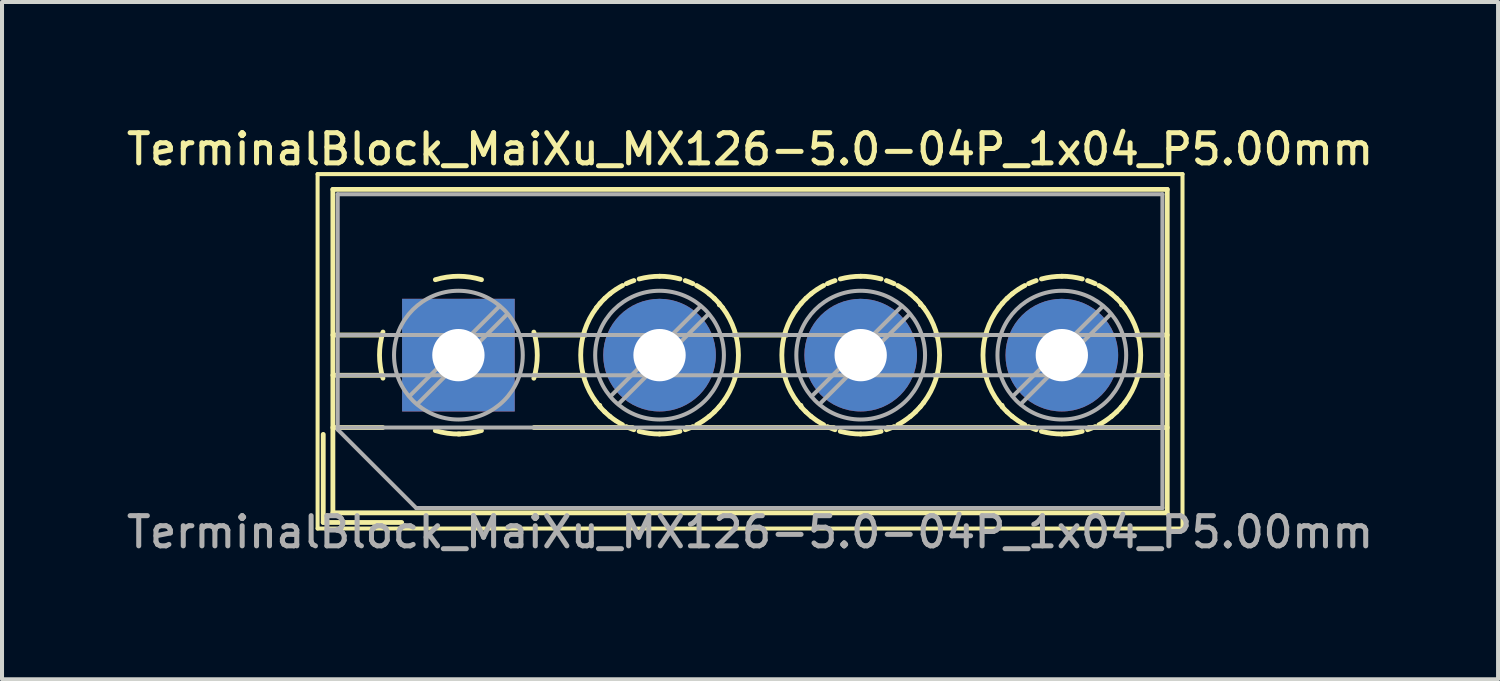
<source format=kicad_pcb>
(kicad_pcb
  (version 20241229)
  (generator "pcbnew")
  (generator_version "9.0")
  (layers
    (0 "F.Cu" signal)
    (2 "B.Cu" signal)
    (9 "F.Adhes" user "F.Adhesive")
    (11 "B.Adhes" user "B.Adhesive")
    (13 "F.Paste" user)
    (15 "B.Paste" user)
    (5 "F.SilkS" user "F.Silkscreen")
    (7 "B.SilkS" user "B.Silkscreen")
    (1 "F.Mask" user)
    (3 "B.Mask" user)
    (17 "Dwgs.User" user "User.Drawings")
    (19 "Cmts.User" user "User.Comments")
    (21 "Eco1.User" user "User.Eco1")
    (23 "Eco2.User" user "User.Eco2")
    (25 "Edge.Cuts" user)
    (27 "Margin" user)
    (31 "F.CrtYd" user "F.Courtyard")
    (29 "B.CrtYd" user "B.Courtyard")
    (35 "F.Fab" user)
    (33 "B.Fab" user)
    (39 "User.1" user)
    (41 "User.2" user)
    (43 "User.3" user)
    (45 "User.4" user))
  (footprint "TerminalBlock_MaiXu_MX126-5.0-04P_1x04_P5.00mm"
    (layer "F.Cu")
    (at 8.345 5.778)
    (property "Reference" "TerminalBlock_MaiXu_MX126-5.0-04P_1x04_P5.00mm" (at 7.25 -5.12 0) (layer "F.SilkS") (effects (font (size 0.75 0.75) (thickness 0.125))))
    (attr through_hole)
    (fp_line (start -3.5 -4.5) (end -3.5 4.31) (stroke (width 0.1) (type solid)) (layer "F.SilkS"))
    (fp_line (start -3.5 4.31) (end 18 4.31) (stroke (width 0.1) (type solid)) (layer "F.SilkS"))
    (fp_line (start -3.36 1.97) (end -3.36 4.16) (stroke (width 0.12) (type solid)) (layer "F.SilkS"))
    (fp_line (start -3.36 4.16) (end -1.41 4.16) (stroke (width 0.12) (type solid)) (layer "F.SilkS"))
    (fp_line (start -3.12 -4.12) (end -3.12 3.92) (stroke (width 0.12) (type solid)) (layer "F.SilkS"))
    (fp_line (start -3.12 -4.12) (end 17.62 -4.12) (stroke (width 0.12) (type solid)) (layer "F.SilkS"))
    (fp_line (start -3.12 -0.5) (end -1.88 -0.5) (stroke (width 0.12) (type solid)) (layer "F.SilkS"))
    (fp_line (start -3.12 0.5) (end -1.88 0.5) (stroke (width 0.12) (type solid)) (layer "F.SilkS"))
    (fp_line (start -3.12 1.8) (end -1.88 1.8) (stroke (width 0.12) (type solid)) (layer "F.SilkS"))
    (fp_line (start -3.12 3.92) (end 17.62 3.92) (stroke (width 0.12) (type solid)) (layer "F.SilkS"))
    (fp_line (start 1.88 -0.5) (end 3.165 -0.5) (stroke (width 0.12) (type solid)) (layer "F.SilkS"))
    (fp_line (start 1.88 0.5) (end 3.165 0.5) (stroke (width 0.12) (type solid)) (layer "F.SilkS"))
    (fp_line (start 1.88 1.8) (end 4.331 1.8) (stroke (width 0.12) (type solid)) (layer "F.SilkS"))
    (fp_line (start 3.514 1.248) (end 3.514 1.248) (stroke (width 0.12) (type solid)) (layer "F.SilkS"))
    (fp_line (start 5.67 1.8) (end 9.331 1.8) (stroke (width 0.12) (type solid)) (layer "F.SilkS"))
    (fp_line (start 6.487 -1.248) (end 6.487 -1.248) (stroke (width 0.12) (type solid)) (layer "F.SilkS"))
    (fp_line (start 6.836 -0.5) (end 8.165 -0.5) (stroke (width 0.12) (type solid)) (layer "F.SilkS"))
    (fp_line (start 6.836 0.5) (end 8.165 0.5) (stroke (width 0.12) (type solid)) (layer "F.SilkS"))
    (fp_line (start 8.514 1.248) (end 8.514 1.248) (stroke (width 0.12) (type solid)) (layer "F.SilkS"))
    (fp_line (start 10.67 1.8) (end 14.331 1.8) (stroke (width 0.12) (type solid)) (layer "F.SilkS"))
    (fp_line (start 11.487 -1.248) (end 11.487 -1.248) (stroke (width 0.12) (type solid)) (layer "F.SilkS"))
    (fp_line (start 11.836 -0.5) (end 13.165 -0.5) (stroke (width 0.12) (type solid)) (layer "F.SilkS"))
    (fp_line (start 11.836 0.5) (end 13.165 0.5) (stroke (width 0.12) (type solid)) (layer "F.SilkS"))
    (fp_line (start 13.514 1.248) (end 13.514 1.248) (stroke (width 0.12) (type solid)) (layer "F.SilkS"))
    (fp_line (start 15.67 1.8) (end 17.62 1.8) (stroke (width 0.12) (type solid)) (layer "F.SilkS"))
    (fp_line (start 16.487 -1.248) (end 16.487 -1.248) (stroke (width 0.12) (type solid)) (layer "F.SilkS"))
    (fp_line (start 16.836 -0.5) (end 17.62 -0.5) (stroke (width 0.12) (type solid)) (layer "F.SilkS"))
    (fp_line (start 16.836 0.5) (end 17.62 0.5) (stroke (width 0.12) (type solid)) (layer "F.SilkS"))
    (fp_line (start 17.62 -4.12) (end 17.62 3.92) (stroke (width 0.12) (type solid)) (layer "F.SilkS"))
    (fp_line (start 18 -4.5) (end -3.5 -4.5) (stroke (width 0.1) (type solid)) (layer "F.SilkS"))
    (fp_line (start 18 4.31) (end 18 -4.5) (stroke (width 0.1) (type solid)) (layer "F.SilkS"))
    (fp_arc (start -1.875422 0.572619) (mid -1.960893 -0.000722) (end -1.875 -0.574) (stroke (width 0.12) (type solid)) (layer "F.SilkS"))
    (fp_arc (start -0.572619 -1.875422) (mid 0.000722 -1.960893) (end 0.574 -1.875) (stroke (width 0.12) (type solid)) (layer "F.SilkS"))
    (fp_arc (start 0.0335 1.960607) (mid -0.273618 1.941709) (end -0.574 1.875) (stroke (width 0.12) (type solid)) (layer "F.SilkS"))
    (fp_arc (start 0.573049 1.874357) (mid 0.289706 1.938471) (end 0 1.96) (stroke (width 0.12) (type solid)) (layer "F.SilkS"))
    (fp_arc (start 1.875422 -0.572619) (mid 1.960893 0.000722) (end 1.875 0.574) (stroke (width 0.12) (type solid)) (layer "F.SilkS"))
    (fp_arc (start 3.434339 1.179122) (mid 3.039994 -0.000549) (end 3.435 -1.18) (stroke (width 0.12) (type solid)) (layer "F.SilkS"))
    (fp_arc (start 3.434826 -1.180695) (mid 3.476985 -1.2346) (end 3.521 -1.287) (stroke (width 0.12) (type solid)) (layer "F.SilkS"))
    (fp_arc (start 3.521125 1.286294) (mid 3.477135 1.233899) (end 3.435 1.18) (stroke (width 0.12) (type solid)) (layer "F.SilkS"))
    (fp_arc (start 3.521202 -1.287012) (mid 3.578748 -1.350291) (end 3.639 -1.411) (stroke (width 0.12) (type solid)) (layer "F.SilkS"))
    (fp_arc (start 3.63871 1.41001) (mid 3.578502 1.349289) (end 3.521 1.286) (stroke (width 0.12) (type solid)) (layer "F.SilkS"))
    (fp_arc (start 3.638867 -1.410738) (mid 3.701698 -1.468767) (end 3.767 -1.524) (stroke (width 0.12) (type solid)) (layer "F.SilkS"))
    (fp_arc (start 3.767069 1.523253) (mid 3.701799 1.468024) (end 3.639 1.41) (stroke (width 0.12) (type solid)) (layer "F.SilkS"))
    (fp_arc (start 3.767452 -1.524377) (mid 3.835117 -1.576689) (end 3.905 -1.626) (stroke (width 0.12) (type solid)) (layer "F.SilkS"))
    (fp_arc (start 3.904517 1.625664) (mid 3.834649 1.576332) (end 3.767 1.524) (stroke (width 0.12) (type solid)) (layer "F.SilkS"))
    (fp_arc (start 3.93363 -1.644317) (mid 4.00637 -1.689266) (end 4.081 -1.731) (stroke (width 0.12) (type solid)) (layer "F.SilkS"))
    (fp_arc (start 4.080344 1.730739) (mid 4.005726 1.688977) (end 3.933 1.644) (stroke (width 0.12) (type solid)) (layer "F.SilkS"))
    (fp_arc (start 4.172694 -1.777259) (mid 4.266842 -1.818121) (end 4.363 -1.854) (stroke (width 0.12) (type solid)) (layer "F.SilkS"))
    (fp_arc (start 4.362283 1.853815) (mid 4.266136 1.817899) (end 4.172 1.777) (stroke (width 0.12) (type solid)) (layer "F.SilkS"))
    (fp_arc (start 4.493681 -1.893473) (mid 4.74516 -1.943362) (end 5.001 -1.96) (stroke (width 0.12) (type solid)) (layer "F.SilkS"))
    (fp_arc (start 5.000479 1.960685) (mid 4.744554 1.943973) (end 4.493 1.894) (stroke (width 0.12) (type solid)) (layer "F.SilkS"))
    (fp_arc (start 5.000487 -1.960944) (mid 5.256437 -1.944104) (end 5.508 -1.894) (stroke (width 0.12) (type solid)) (layer "F.SilkS"))
    (fp_arc (start 5.507285 1.893215) (mid 5.255831 1.943232) (end 5 1.96) (stroke (width 0.12) (type solid)) (layer "F.SilkS"))
    (fp_arc (start 5.638712 -1.85392) (mid 5.734863 -1.817951) (end 5.829 -1.777) (stroke (width 0.12) (type solid)) (layer "F.SilkS"))
    (fp_arc (start 5.829295 1.77705) (mid 5.735155 1.818016) (end 5.639 1.854) (stroke (width 0.12) (type solid)) (layer "F.SilkS"))
    (fp_arc (start 5.920652 -1.730826) (mid 5.995273 -1.689021) (end 6.068 -1.644) (stroke (width 0.12) (type solid)) (layer "F.SilkS"))
    (fp_arc (start 6.068362 1.644143) (mid 5.995629 1.689179) (end 5.921 1.731) (stroke (width 0.12) (type solid)) (layer "F.SilkS"))
    (fp_arc (start 6.096479 -1.625751) (mid 6.16635 -1.576376) (end 6.234 -1.524) (stroke (width 0.12) (type solid)) (layer "F.SilkS"))
    (fp_arc (start 6.233457 1.523294) (mid 6.165838 1.575647) (end 6.096 1.625) (stroke (width 0.12) (type solid)) (layer "F.SilkS"))
    (fp_arc (start 6.233928 -1.523341) (mid 6.2992 -1.468068) (end 6.362 -1.41) (stroke (width 0.12) (type solid)) (layer "F.SilkS"))
    (fp_arc (start 6.36213 1.410651) (mid 6.299301 1.468723) (end 6.234 1.524) (stroke (width 0.12) (type solid)) (layer "F.SilkS"))
    (fp_arc (start 6.362286 -1.410097) (mid 6.422497 -1.349333) (end 6.48 -1.286) (stroke (width 0.12) (type solid)) (layer "F.SilkS"))
    (fp_arc (start 6.479707 1.285928) (mid 6.422207 1.349248) (end 6.362 1.41) (stroke (width 0.12) (type solid)) (layer "F.SilkS"))
    (fp_arc (start 6.479873 -1.286364) (mid 6.523865 -1.233934) (end 6.566 -1.18) (stroke (width 0.12) (type solid)) (layer "F.SilkS"))
    (fp_arc (start 6.565937 -1.180084) (mid 6.960805 -0.000052) (end 6.566 1.18) (stroke (width 0.12) (type solid)) (layer "F.SilkS"))
    (fp_arc (start 6.566102 1.179628) (mid 6.523979 1.233565) (end 6.48 1.286) (stroke (width 0.12) (type solid)) (layer "F.SilkS"))
    (fp_arc (start 8.434339 1.179122) (mid 8.039994 -0.000549) (end 8.435 -1.18) (stroke (width 0.12) (type solid)) (layer "F.SilkS"))
    (fp_arc (start 8.434826 -1.180695) (mid 8.476985 -1.2346) (end 8.521 -1.287) (stroke (width 0.12) (type solid)) (layer "F.SilkS"))
    (fp_arc (start 8.521125 1.286294) (mid 8.477135 1.233899) (end 8.435 1.18) (stroke (width 0.12) (type solid)) (layer "F.SilkS"))
    (fp_arc (start 8.521202 -1.287012) (mid 8.578748 -1.350291) (end 8.639 -1.411) (stroke (width 0.12) (type solid)) (layer "F.SilkS"))
    (fp_arc (start 8.63871 1.41001) (mid 8.578502 1.349289) (end 8.521 1.286) (stroke (width 0.12) (type solid)) (layer "F.SilkS"))
    (fp_arc (start 8.638867 -1.410738) (mid 8.701698 -1.468767) (end 8.767 -1.524) (stroke (width 0.12) (type solid)) (layer "F.SilkS"))
    (fp_arc (start 8.767069 1.523253) (mid 8.701799 1.468024) (end 8.639 1.41) (stroke (width 0.12) (type solid)) (layer "F.SilkS"))
    (fp_arc (start 8.767452 -1.524377) (mid 8.835117 -1.576689) (end 8.905 -1.626) (stroke (width 0.12) (type solid)) (layer "F.SilkS"))
    (fp_arc (start 8.904517 1.625664) (mid 8.834649 1.576332) (end 8.767 1.524) (stroke (width 0.12) (type solid)) (layer "F.SilkS"))
    (fp_arc (start 8.93363 -1.644317) (mid 9.00637 -1.689266) (end 9.081 -1.731) (stroke (width 0.12) (type solid)) (layer "F.SilkS"))
    (fp_arc (start 9.080344 1.730739) (mid 9.005726 1.688977) (end 8.933 1.644) (stroke (width 0.12) (type solid)) (layer "F.SilkS"))
    (fp_arc (start 9.172694 -1.777259) (mid 9.266842 -1.818121) (end 9.363 -1.854) (stroke (width 0.12) (type solid)) (layer "F.SilkS"))
    (fp_arc (start 9.362283 1.853815) (mid 9.266136 1.817899) (end 9.172 1.777) (stroke (width 0.12) (type solid)) (layer "F.SilkS"))
    (fp_arc (start 9.493681 -1.893473) (mid 9.74516 -1.943362) (end 10.001 -1.96) (stroke (width 0.12) (type solid)) (layer "F.SilkS"))
    (fp_arc (start 10.000479 1.960685) (mid 9.744554 1.943973) (end 9.493 1.894) (stroke (width 0.12) (type solid)) (layer "F.SilkS"))
    (fp_arc (start 10.000487 -1.960944) (mid 10.256437 -1.944104) (end 10.508 -1.894) (stroke (width 0.12) (type solid)) (layer "F.SilkS"))
    (fp_arc (start 10.507285 1.893215) (mid 10.255831 1.943232) (end 10 1.96) (stroke (width 0.12) (type solid)) (layer "F.SilkS"))
    (fp_arc (start 10.638712 -1.85392) (mid 10.734863 -1.817951) (end 10.829 -1.777) (stroke (width 0.12) (type solid)) (layer "F.SilkS"))
    (fp_arc (start 10.829295 1.77705) (mid 10.735155 1.818016) (end 10.639 1.854) (stroke (width 0.12) (type solid)) (layer "F.SilkS"))
    (fp_arc (start 10.920652 -1.730826) (mid 10.995273 -1.689021) (end 11.068 -1.644) (stroke (width 0.12) (type solid)) (layer "F.SilkS"))
    (fp_arc (start 11.068362 1.644143) (mid 10.995629 1.689179) (end 10.921 1.731) (stroke (width 0.12) (type solid)) (layer "F.SilkS"))
    (fp_arc (start 11.096479 -1.625751) (mid 11.16635 -1.576376) (end 11.234 -1.524) (stroke (width 0.12) (type solid)) (layer "F.SilkS"))
    (fp_arc (start 11.233457 1.523294) (mid 11.165838 1.575647) (end 11.096 1.625) (stroke (width 0.12) (type solid)) (layer "F.SilkS"))
    (fp_arc (start 11.233928 -1.523341) (mid 11.2992 -1.468068) (end 11.362 -1.41) (stroke (width 0.12) (type solid)) (layer "F.SilkS"))
    (fp_arc (start 11.36213 1.410651) (mid 11.299301 1.468723) (end 11.234 1.524) (stroke (width 0.12) (type solid)) (layer "F.SilkS"))
    (fp_arc (start 11.362286 -1.410097) (mid 11.422497 -1.349333) (end 11.48 -1.286) (stroke (width 0.12) (type solid)) (layer "F.SilkS"))
    (fp_arc (start 11.479707 1.285928) (mid 11.422207 1.349248) (end 11.362 1.41) (stroke (width 0.12) (type solid)) (layer "F.SilkS"))
    (fp_arc (start 11.479873 -1.286364) (mid 11.523865 -1.233934) (end 11.566 -1.18) (stroke (width 0.12) (type solid)) (layer "F.SilkS"))
    (fp_arc (start 11.565937 -1.180084) (mid 11.960805 -0.000052) (end 11.566 1.18) (stroke (width 0.12) (type solid)) (layer "F.SilkS"))
    (fp_arc (start 11.566102 1.179628) (mid 11.523979 1.233565) (end 11.48 1.286) (stroke (width 0.12) (type solid)) (layer "F.SilkS"))
    (fp_arc (start 13.434339 1.179122) (mid 13.039994 -0.000549) (end 13.435 -1.18) (stroke (width 0.12) (type solid)) (layer "F.SilkS"))
    (fp_arc (start 13.434826 -1.180695) (mid 13.476985 -1.2346) (end 13.521 -1.287) (stroke (width 0.12) (type solid)) (layer "F.SilkS"))
    (fp_arc (start 13.521125 1.286294) (mid 13.477135 1.233899) (end 13.435 1.18) (stroke (width 0.12) (type solid)) (layer "F.SilkS"))
    (fp_arc (start 13.521202 -1.287012) (mid 13.578748 -1.350291) (end 13.639 -1.411) (stroke (width 0.12) (type solid)) (layer "F.SilkS"))
    (fp_arc (start 13.63871 1.41001) (mid 13.578502 1.349289) (end 13.521 1.286) (stroke (width 0.12) (type solid)) (layer "F.SilkS"))
    (fp_arc (start 13.638867 -1.410738) (mid 13.701698 -1.468767) (end 13.767 -1.524) (stroke (width 0.12) (type solid)) (layer "F.SilkS"))
    (fp_arc (start 13.767069 1.523253) (mid 13.701799 1.468024) (end 13.639 1.41) (stroke (width 0.12) (type solid)) (layer "F.SilkS"))
    (fp_arc (start 13.767452 -1.524377) (mid 13.835117 -1.576689) (end 13.905 -1.626) (stroke (width 0.12) (type solid)) (layer "F.SilkS"))
    (fp_arc (start 13.904517 1.625664) (mid 13.834649 1.576332) (end 13.767 1.524) (stroke (width 0.12) (type solid)) (layer "F.SilkS"))
    (fp_arc (start 13.93363 -1.644317) (mid 14.00637 -1.689266) (end 14.081 -1.731) (stroke (width 0.12) (type solid)) (layer "F.SilkS"))
    (fp_arc (start 14.080344 1.730739) (mid 14.005726 1.688977) (end 13.933 1.644) (stroke (width 0.12) (type solid)) (layer "F.SilkS"))
    (fp_arc (start 14.172694 -1.777259) (mid 14.266842 -1.818121) (end 14.363 -1.854) (stroke (width 0.12) (type solid)) (layer "F.SilkS"))
    (fp_arc (start 14.362283 1.853815) (mid 14.266136 1.817899) (end 14.172 1.777) (stroke (width 0.12) (type solid)) (layer "F.SilkS"))
    (fp_arc (start 14.493681 -1.893473) (mid 14.74516 -1.943362) (end 15.001 -1.96) (stroke (width 0.12) (type solid)) (layer "F.SilkS"))
    (fp_arc (start 15.000479 1.960685) (mid 14.744554 1.943973) (end 14.493 1.894) (stroke (width 0.12) (type solid)) (layer "F.SilkS"))
    (fp_arc (start 15.000487 -1.960944) (mid 15.256437 -1.944104) (end 15.508 -1.894) (stroke (width 0.12) (type solid)) (layer "F.SilkS"))
    (fp_arc (start 15.507285 1.893215) (mid 15.255831 1.943232) (end 15 1.96) (stroke (width 0.12) (type solid)) (layer "F.SilkS"))
    (fp_arc (start 15.638712 -1.85392) (mid 15.734863 -1.817951) (end 15.829 -1.777) (stroke (width 0.12) (type solid)) (layer "F.SilkS"))
    (fp_arc (start 15.829295 1.77705) (mid 15.735155 1.818016) (end 15.639 1.854) (stroke (width 0.12) (type solid)) (layer "F.SilkS"))
    (fp_arc (start 15.920652 -1.730826) (mid 15.995273 -1.689021) (end 16.068 -1.644) (stroke (width 0.12) (type solid)) (layer "F.SilkS"))
    (fp_arc (start 16.068362 1.644143) (mid 15.995629 1.689179) (end 15.921 1.731) (stroke (width 0.12) (type solid)) (layer "F.SilkS"))
    (fp_arc (start 16.096479 -1.625751) (mid 16.16635 -1.576376) (end 16.234 -1.524) (stroke (width 0.12) (type solid)) (layer "F.SilkS"))
    (fp_arc (start 16.233457 1.523294) (mid 16.165838 1.575647) (end 16.096 1.625) (stroke (width 0.12) (type solid)) (layer "F.SilkS"))
    (fp_arc (start 16.233928 -1.523341) (mid 16.2992 -1.468068) (end 16.362 -1.41) (stroke (width 0.12) (type solid)) (layer "F.SilkS"))
    (fp_arc (start 16.36213 1.410651) (mid 16.299301 1.468723) (end 16.234 1.524) (stroke (width 0.12) (type solid)) (layer "F.SilkS"))
    (fp_arc (start 16.362286 -1.410097) (mid 16.422497 -1.349333) (end 16.48 -1.286) (stroke (width 0.12) (type solid)) (layer "F.SilkS"))
    (fp_arc (start 16.479707 1.285928) (mid 16.422207 1.349248) (end 16.362 1.41) (stroke (width 0.12) (type solid)) (layer "F.SilkS"))
    (fp_arc (start 16.479873 -1.286364) (mid 16.523865 -1.233934) (end 16.566 -1.18) (stroke (width 0.12) (type solid)) (layer "F.SilkS"))
    (fp_arc (start 16.565937 -1.180084) (mid 16.960805 -0.000052) (end 16.566 1.18) (stroke (width 0.12) (type solid)) (layer "F.SilkS"))
    (fp_arc (start 16.566102 1.179628) (mid 16.523979 1.233565) (end 16.48 1.286) (stroke (width 0.12) (type solid)) (layer "F.SilkS"))
    (fp_line (start -3 -4) (end 17.5 -4) (stroke (width 0.1) (type solid)) (layer "F.Fab"))
    (fp_line (start -3 -0.5) (end 17.5 -0.5) (stroke (width 0.1) (type solid)) (layer "F.Fab"))
    (fp_line (start -3 0.5) (end 17.5 0.5) (stroke (width 0.1) (type solid)) (layer "F.Fab"))
    (fp_line (start -3 1.8) (end 17.5 1.8) (stroke (width 0.1) (type solid)) (layer "F.Fab"))
    (fp_line (start -3 1.85) (end -3 -4) (stroke (width 0.1) (type solid)) (layer "F.Fab"))
    (fp_line (start -1.05 3.8) (end -3 1.85) (stroke (width 0.1) (type solid)) (layer "F.Fab"))
    (fp_line (start 1.019 -1.214) (end -1.214 1.018) (stroke (width 0.1) (type solid)) (layer "F.Fab"))
    (fp_line (start 1.214 -1.019) (end -1.019 1.214) (stroke (width 0.1) (type solid)) (layer "F.Fab"))
    (fp_line (start 6.019 -1.214) (end 3.787 1.018) (stroke (width 0.1) (type solid)) (layer "F.Fab"))
    (fp_line (start 6.214 -1.019) (end 3.982 1.214) (stroke (width 0.1) (type solid)) (layer "F.Fab"))
    (fp_line (start 11.019 -1.214) (end 8.787 1.018) (stroke (width 0.1) (type solid)) (layer "F.Fab"))
    (fp_line (start 11.214 -1.019) (end 8.982 1.214) (stroke (width 0.1) (type solid)) (layer "F.Fab"))
    (fp_line (start 16.019 -1.214) (end 13.787 1.018) (stroke (width 0.1) (type solid)) (layer "F.Fab"))
    (fp_line (start 16.214 -1.019) (end 13.982 1.214) (stroke (width 0.1) (type solid)) (layer "F.Fab"))
    (fp_line (start 17.5 -4) (end 17.5 3.8) (stroke (width 0.1) (type solid)) (layer "F.Fab"))
    (fp_line (start 17.5 3.8) (end -1.05 3.8) (stroke (width 0.1) (type solid)) (layer "F.Fab"))
    (fp_circle (center 0 0) (end 1.6 0) (stroke (width 0.1) (type solid)) (fill no) (layer "F.Fab"))
    (fp_circle (center 5 0) (end 6.6 0) (stroke (width 0.1) (type solid)) (fill no) (layer "F.Fab"))
    (fp_circle (center 10 0) (end 11.6 0) (stroke (width 0.1) (type solid)) (fill no) (layer "F.Fab"))
    (fp_circle (center 15 0) (end 16.6 0) (stroke (width 0.1) (type solid)) (fill no) (layer "F.Fab"))
    (fp_text user "${REFERENCE}" (at 7.25 4.4 0) (layer "F.Fab") (effects (font (size 0.75 0.75) (thickness 0.125))))
    (pad "1" thru_hole rect (at 0 0) (size 2.8 2.8) (drill 1.3) (layers "*.Cu" "*.Mask"))
    (pad "2" thru_hole circle (at 5 0) (size 2.8 2.8) (drill 1.3) (layers "*.Cu" "*.Mask"))
    (pad "3" thru_hole circle (at 10 0) (size 2.8 2.8) (drill 1.3) (layers "*.Cu" "*.Mask"))
    (pad "4" thru_hole circle (at 15 0) (size 2.8 2.8) (drill 1.3) (layers "*.Cu" "*.Mask")))
  (gr_rect
    (start -3 -3)
    (end 34.189 13.836)
    (stroke (width 0.1) (type default))
    (fill no)
    (layer "Edge.Cuts")))
</source>
